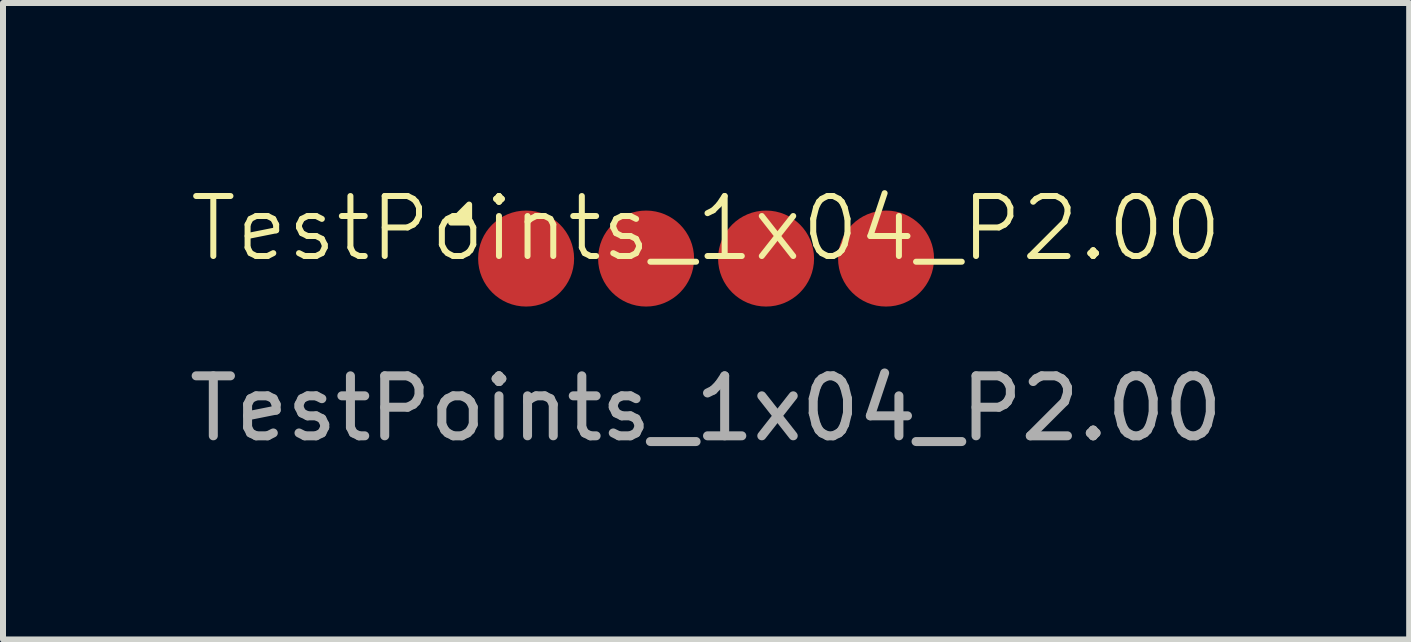
<source format=kicad_pcb>
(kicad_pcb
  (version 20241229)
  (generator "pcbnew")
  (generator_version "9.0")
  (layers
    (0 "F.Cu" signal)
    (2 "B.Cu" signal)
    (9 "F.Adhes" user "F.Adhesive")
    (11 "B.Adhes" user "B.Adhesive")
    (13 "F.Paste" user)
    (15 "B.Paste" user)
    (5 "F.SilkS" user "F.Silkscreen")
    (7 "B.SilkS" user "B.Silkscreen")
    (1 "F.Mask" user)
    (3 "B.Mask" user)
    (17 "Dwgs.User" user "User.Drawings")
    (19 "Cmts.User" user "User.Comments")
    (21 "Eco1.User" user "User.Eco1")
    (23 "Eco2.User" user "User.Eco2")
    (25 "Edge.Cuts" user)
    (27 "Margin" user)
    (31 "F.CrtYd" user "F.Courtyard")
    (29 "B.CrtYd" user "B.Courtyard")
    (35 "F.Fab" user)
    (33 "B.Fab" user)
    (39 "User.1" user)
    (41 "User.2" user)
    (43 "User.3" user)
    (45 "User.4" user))
  (footprint "TestPoints_1x04_P2.00"
    (layer "F.Cu")
    (at 8.72 1.26)
    (property "Reference" "TestPoints_1x04_P2.00" (at 0 -0.5 0) (unlocked yes) (layer "F.SilkS") (effects (font (size 1 1) (thickness 0.1))))
    (attr smd)
    (fp_poly (pts (xy -4.25 -0.6) (xy -3.95 -0.6) (xy -3.95 -0.9)) (stroke (width 0.1) (type solid)) (fill yes) (layer "F.SilkS"))
    (fp_text user "${REFERENCE}" (at 0 2.5 0) (unlocked yes) (layer "F.Fab") (effects (font (size 1 1) (thickness 0.15))))
    (pad "1" smd circle (at -3 0) (size 1.6 1.6) (layers "F.Cu" "F.Mask" "F.Paste"))
    (pad "2" smd circle (at -1 0) (size 1.6 1.6) (layers "F.Cu" "F.Mask" "F.Paste"))
    (pad "3" smd circle (at 1 0) (size 1.6 1.6) (layers "F.Cu" "F.Mask" "F.Paste"))
    (pad "4" smd circle (at 3 0) (size 1.6 1.6) (layers "F.Cu" "F.Mask" "F.Paste")))
  (gr_rect
    (start -3 -3)
    (end 20.44 7.609)
    (stroke (width 0.1) (type default))
    (fill no)
    (layer "Edge.Cuts")))
</source>
